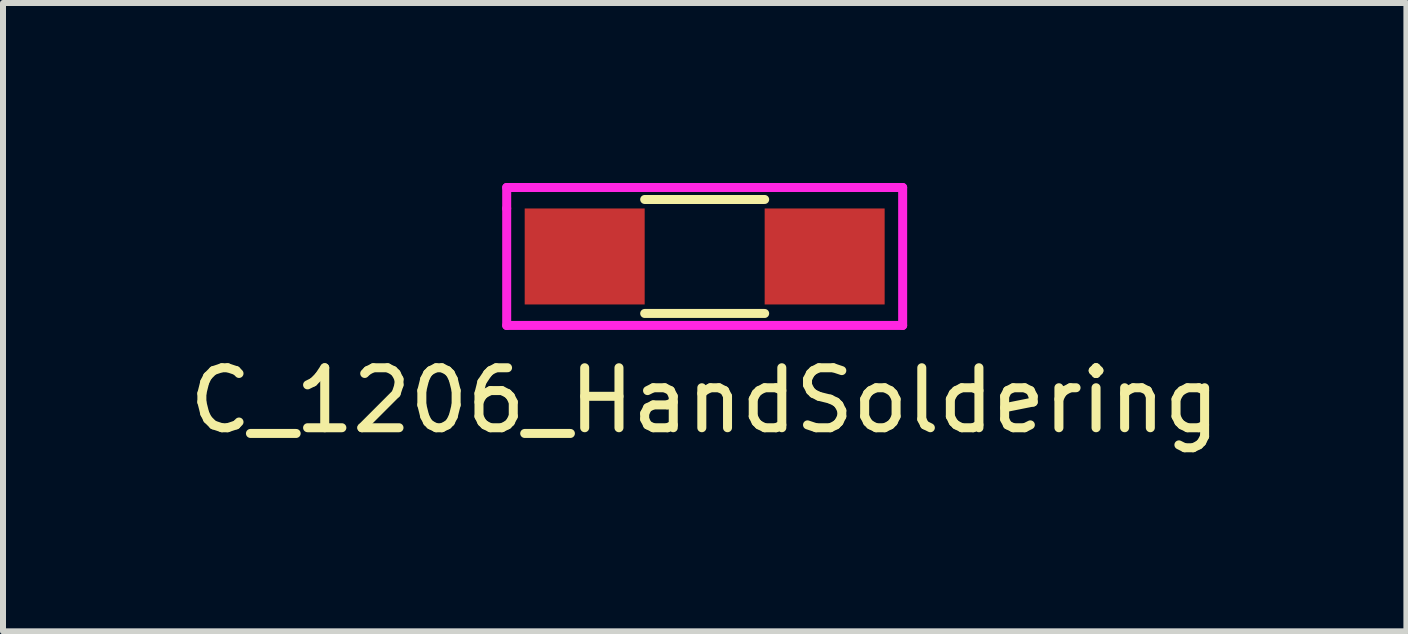
<source format=kicad_pcb>
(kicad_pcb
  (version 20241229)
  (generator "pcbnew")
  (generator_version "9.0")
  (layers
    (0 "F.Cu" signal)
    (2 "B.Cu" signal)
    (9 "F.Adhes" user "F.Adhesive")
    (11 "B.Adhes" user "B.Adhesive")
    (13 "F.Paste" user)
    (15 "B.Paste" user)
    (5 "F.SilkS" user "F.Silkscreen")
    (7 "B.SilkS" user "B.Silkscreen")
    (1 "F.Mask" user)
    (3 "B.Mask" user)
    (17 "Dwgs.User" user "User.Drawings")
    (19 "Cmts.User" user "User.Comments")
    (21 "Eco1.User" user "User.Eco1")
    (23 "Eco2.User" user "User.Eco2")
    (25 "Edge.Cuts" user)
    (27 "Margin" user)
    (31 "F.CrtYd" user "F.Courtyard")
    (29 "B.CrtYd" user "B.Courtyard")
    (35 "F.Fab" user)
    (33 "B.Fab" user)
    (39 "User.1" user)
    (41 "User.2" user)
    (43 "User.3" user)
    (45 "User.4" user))
  (footprint "C_1206_HandSoldering"
    (layer "F.Cu")
    (at 8.696 1.225)
    (property "Reference" "C_1206_HandSoldering" (at 0 2.4 0) (layer "F.SilkS") (effects (font (size 1 1) (thickness 0.15))))
    (attr through_hole)
    (fp_line (start -1 -0.95) (end 1 -0.95) (stroke (width 0.15) (type solid)) (layer "F.SilkS"))
    (fp_line (start -1 0.95) (end 1 0.95) (stroke (width 0.15) (type solid)) (layer "F.SilkS"))
    (fp_line (start -3.3 -1.15) (end 3.3 -1.15) (stroke (width 0.15) (type solid)) (layer "F.CrtYd"))
    (fp_line (start -3.3 -0.8) (end -3.3 -1.15) (stroke (width 0.15) (type solid)) (layer "F.CrtYd"))
    (fp_line (start -3.3 1.15) (end -3.3 -0.8) (stroke (width 0.15) (type solid)) (layer "F.CrtYd"))
    (fp_line (start 3.3 -1.15) (end 3.3 1.15) (stroke (width 0.15) (type solid)) (layer "F.CrtYd"))
    (fp_line (start 3.3 1.15) (end -3.3 1.15) (stroke (width 0.15) (type solid)) (layer "F.CrtYd"))
    (pad "1" smd rect (at -2 0) (size 2 1.6) (layers "F.Cu" "F.Mask" "F.Paste"))
    (pad "2" smd rect (at 2 0) (size 2 1.6) (layers "F.Cu" "F.Mask" "F.Paste")))
  (gr_rect
    (start -3 -3)
    (end 20.393 7.473)
    (stroke (width 0.1) (type default))
    (fill no)
    (layer "Edge.Cuts")))
</source>
